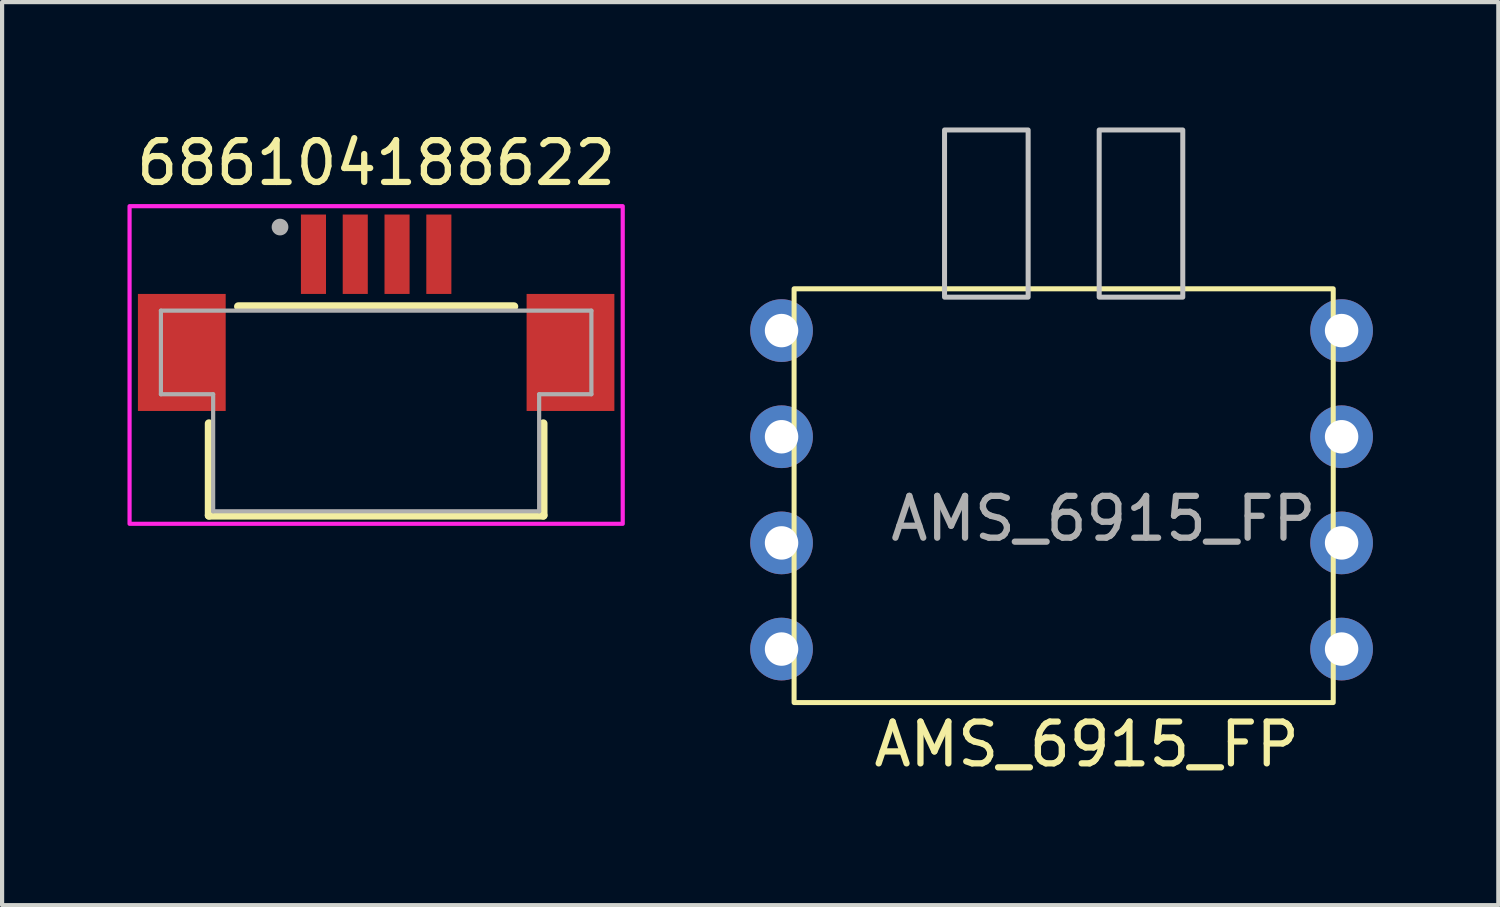
<source format=kicad_pcb>
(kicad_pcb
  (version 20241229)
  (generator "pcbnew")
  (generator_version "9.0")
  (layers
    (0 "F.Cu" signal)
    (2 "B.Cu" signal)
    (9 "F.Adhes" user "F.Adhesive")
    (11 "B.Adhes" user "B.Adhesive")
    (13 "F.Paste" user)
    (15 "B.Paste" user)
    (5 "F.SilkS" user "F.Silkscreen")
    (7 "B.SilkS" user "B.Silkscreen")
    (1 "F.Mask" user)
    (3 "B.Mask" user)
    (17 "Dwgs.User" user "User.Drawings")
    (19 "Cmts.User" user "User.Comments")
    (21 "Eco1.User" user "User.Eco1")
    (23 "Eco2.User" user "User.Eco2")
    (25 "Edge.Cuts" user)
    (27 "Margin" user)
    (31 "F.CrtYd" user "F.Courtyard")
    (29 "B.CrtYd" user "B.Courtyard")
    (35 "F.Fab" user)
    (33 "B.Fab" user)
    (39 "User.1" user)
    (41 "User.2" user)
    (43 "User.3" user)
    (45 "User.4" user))
  (footprint "686104188622"
    (layer "F.Cu")
    (at 5.95 5.983)
    (property "Reference" "686104188622" (at 0 -5.135 0) (layer "F.SilkS") (effects (font (size 1 1) (thickness 0.15))))
    (attr smd)
    (fp_line (start -4 3.3) (end -4 1.1) (stroke (width 0.2) (type solid)) (layer "F.SilkS"))
    (fp_line (start -3.3 -1.7) (end 3.3 -1.7) (stroke (width 0.2) (type solid)) (layer "F.SilkS"))
    (fp_line (start 4 1.1) (end 4 3.3) (stroke (width 0.2) (type solid)) (layer "F.SilkS"))
    (fp_line (start 4 3.3) (end -4 3.3) (stroke (width 0.2) (type solid)) (layer "F.SilkS"))
    (fp_poly (pts (xy 5.9 -4.1) (xy 5.9 3.5) (xy -5.9 3.5) (xy -5.9 -4.1)) (stroke (width 0.1) (type solid)) (fill no) (layer "F.CrtYd"))
    (fp_line (start -5.15 -1.6) (end -5.15 0.4) (stroke (width 0.1) (type solid)) (layer "F.Fab"))
    (fp_line (start -5.15 0.4) (end -3.9 0.4) (stroke (width 0.1) (type solid)) (layer "F.Fab"))
    (fp_line (start -3.9 0.4) (end -3.9 3.2) (stroke (width 0.1) (type solid)) (layer "F.Fab"))
    (fp_line (start -3.9 3.2) (end 3.9 3.2) (stroke (width 0.1) (type solid)) (layer "F.Fab"))
    (fp_line (start 3.9 0.4) (end 5.15 0.4) (stroke (width 0.1) (type solid)) (layer "F.Fab"))
    (fp_line (start 3.9 3.2) (end 3.9 0.4) (stroke (width 0.1) (type solid)) (layer "F.Fab"))
    (fp_line (start 5.15 -1.6) (end -5.15 -1.6) (stroke (width 0.1) (type solid)) (layer "F.Fab"))
    (fp_line (start 5.15 0.4) (end 5.15 -1.6) (stroke (width 0.1) (type solid)) (layer "F.Fab"))
    (fp_circle (center -2.3 -3.6) (end -2.2 -3.6) (stroke (width 0.2) (type solid)) (fill no) (layer "F.Fab"))
    (pad "1" smd rect (at -1.5 -2.95 90) (size 1.9 0.6) (layers "F.Cu" "F.Mask" "F.Paste"))
    (pad "2" smd rect (at -0.5 -2.95 90) (size 1.9 0.6) (layers "F.Cu" "F.Mask" "F.Paste"))
    (pad "3" smd rect (at 0.5 -2.95 90) (size 1.9 0.6) (layers "F.Cu" "F.Mask" "F.Paste"))
    (pad "4" smd rect (at 1.5 -2.95 90) (size 1.9 0.6) (layers "F.Cu" "F.Mask" "F.Paste"))
    (pad "Z1" smd rect (at -4.65 -0.6) (size 2.1 2.8) (layers "F.Cu" "F.Mask" "F.Paste"))
    (pad "Z2" smd rect (at 4.65 -0.6) (size 2.1 2.8) (layers "F.Cu" "F.Mask" "F.Paste")))
  (footprint "AMS_6915_FP"
    (layer "F.Cu")
    (at 20.05 6.76)
    (property "Reference" "AMS_6915_FP" (at 2.9 8 0) (unlocked yes) (layer "F.SilkS") (effects (font (size 1 1) (thickness 0.15))))
    (attr through_hole)
    (fp_rect (start -4.1 -2.9) (end 8.8 7) (stroke (width 0.12) (type solid)) (fill no) (layer "F.SilkS"))
    (fp_rect (start -0.5 -2.7) (end 1.5 -6.7) (stroke (width 0.12) (type solid)) (fill no) (layer "Dwgs.User"))
    (fp_rect (start 3.2 -2.7) (end 5.2 -6.7) (stroke (width 0.12) (type solid)) (fill no) (layer "Dwgs.User"))
    (fp_line (start -1.4 -2.65) (end -1.4 6.65) (stroke (width 0.12) (type solid)) (layer "User.1"))
    (fp_line (start -1.4 6.65) (end 6.1 6.65) (stroke (width 0.12) (type solid)) (layer "User.1"))
    (fp_line (start 6.1 -2.65) (end -1.4 -2.65) (stroke (width 0.12) (type solid)) (layer "User.1"))
    (fp_line (start 6.1 6.65) (end 6.1 -2.65) (stroke (width 0.12) (type solid)) (layer "User.1"))
    (fp_text user "${REFERENCE}" (at 3.3 2.6 0) (unlocked yes) (layer "F.Fab") (effects (font (size 1 1) (thickness 0.15))))
    (pad "1" thru_hole circle (at -4.4 -1.9) (size 1.5 1.5) (drill 0.8) (layers "*.Cu" "*.Mask"))
    (pad "2" thru_hole circle (at -4.4 0.64) (size 1.5 1.5) (drill 0.8) (layers "*.Cu" "*.Mask"))
    (pad "3" thru_hole circle (at -4.4 3.18) (size 1.5 1.5) (drill 0.8) (layers "*.Cu" "*.Mask"))
    (pad "4" thru_hole circle (at -4.4 5.72) (size 1.5 1.5) (drill 0.8) (layers "*.Cu" "*.Mask"))
    (pad "5" thru_hole circle (at 9 5.72) (size 1.5 1.5) (drill 0.8) (layers "*.Cu" "*.Mask"))
    (pad "6" thru_hole circle (at 9 3.18) (size 1.5 1.5) (drill 0.8) (layers "*.Cu" "*.Mask"))
    (pad "7" thru_hole circle (at 9 0.64) (size 1.5 1.5) (drill 0.8) (layers "*.Cu" "*.Mask"))
    (pad "8" thru_hole circle (at 9 -1.9) (size 1.5 1.5) (drill 0.8) (layers "*.Cu" "*.Mask")))
  (gr_rect
    (start -3 -3)
    (end 32.8 18.608)
    (stroke (width 0.1) (type default))
    (fill no)
    (layer "Edge.Cuts")))
</source>
